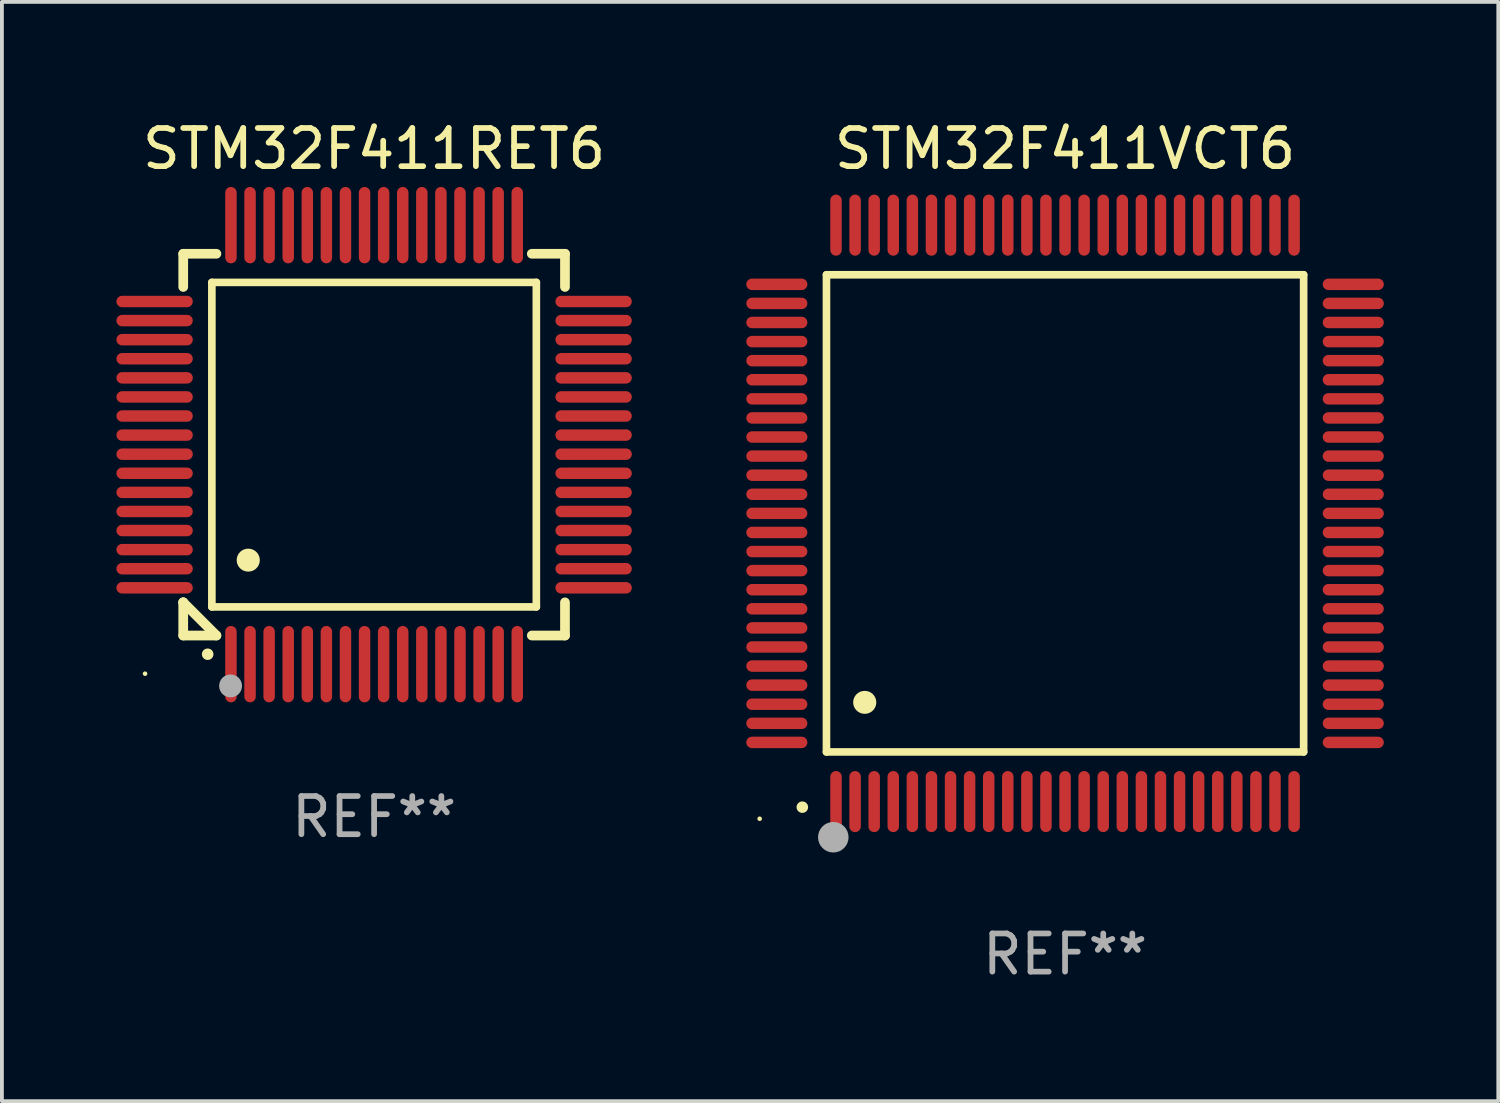
<source format=kicad_pcb>
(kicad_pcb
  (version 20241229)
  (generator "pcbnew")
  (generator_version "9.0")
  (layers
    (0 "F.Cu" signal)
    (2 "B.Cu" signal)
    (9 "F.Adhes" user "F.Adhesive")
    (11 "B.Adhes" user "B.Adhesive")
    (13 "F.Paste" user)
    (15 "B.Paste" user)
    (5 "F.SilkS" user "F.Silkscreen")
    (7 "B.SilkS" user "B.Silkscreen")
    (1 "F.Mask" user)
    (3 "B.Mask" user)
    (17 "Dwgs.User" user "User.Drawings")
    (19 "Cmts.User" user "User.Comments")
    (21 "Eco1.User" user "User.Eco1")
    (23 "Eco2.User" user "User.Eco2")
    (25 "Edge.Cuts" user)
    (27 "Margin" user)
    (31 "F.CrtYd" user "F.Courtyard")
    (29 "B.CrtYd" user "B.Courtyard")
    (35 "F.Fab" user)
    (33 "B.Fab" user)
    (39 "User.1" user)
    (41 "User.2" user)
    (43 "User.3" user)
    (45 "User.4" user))
  (footprint "STM32F411VCT6"
    (layer "F.Cu")
    (at 24.85 10.398)
    (property "Reference" "STM32F411VCT6" (at 0 -9.55 0) (layer "F.SilkS") (effects (font (size 1 1) (thickness 0.15))))
    (attr through_hole)
    (fp_line (start -6.25 -6.25) (end -6.25 6.25) (stroke (width 0.2) (type solid)) (layer "F.SilkS"))
    (fp_line (start -6.25 6.25) (end 6.25 6.25) (stroke (width 0.2) (type solid)) (layer "F.SilkS"))
    (fp_line (start 6.25 -6.25) (end -6.25 -6.25) (stroke (width 0.2) (type solid)) (layer "F.SilkS"))
    (fp_line (start 6.25 6.25) (end 6.25 -6.25) (stroke (width 0.2) (type solid)) (layer "F.SilkS"))
    (fp_arc (start -6.883414 7.696215) (mid -6.882144 7.69621) (end -6.880874 7.696215) (stroke (width 0.3) (type solid)) (layer "F.SilkS"))
    (fp_arc (start -5.250191 4.95047) (mid -5.247651 4.950459) (end -5.245111 4.95047) (stroke (width 0.6) (type solid)) (layer "F.SilkS"))
    (fp_circle (center -8 8) (end -7.97 8) (stroke (width 0.06) (type solid)) (fill no) (layer "F.SilkS"))
    (fp_circle (center -6.071 8.484) (end -5.871 8.484) (stroke (width 0.4) (type solid)) (fill no) (layer "F.Fab"))
    (fp_text user "REF**" (at 0 11.55 0) (layer "F.Fab") (effects (font (size 1 1) (thickness 0.15))))
    (pad "1" smd oval (at -6 7.55) (size 0.3 1.6) (layers "F.Cu" "F.Mask" "F.Paste"))
    (pad "2" smd oval (at -5.5 7.55) (size 0.3 1.6) (layers "F.Cu" "F.Mask" "F.Paste"))
    (pad "3" smd oval (at -5 7.55) (size 0.3 1.6) (layers "F.Cu" "F.Mask" "F.Paste"))
    (pad "4" smd oval (at -4.5 7.55) (size 0.3 1.6) (layers "F.Cu" "F.Mask" "F.Paste"))
    (pad "5" smd oval (at -4 7.55) (size 0.3 1.6) (layers "F.Cu" "F.Mask" "F.Paste"))
    (pad "6" smd oval (at -3.5 7.55) (size 0.3 1.6) (layers "F.Cu" "F.Mask" "F.Paste"))
    (pad "7" smd oval (at -3 7.55) (size 0.3 1.6) (layers "F.Cu" "F.Mask" "F.Paste"))
    (pad "8" smd oval (at -2.5 7.55) (size 0.3 1.6) (layers "F.Cu" "F.Mask" "F.Paste"))
    (pad "9" smd oval (at -2 7.55) (size 0.3 1.6) (layers "F.Cu" "F.Mask" "F.Paste"))
    (pad "10" smd oval (at -1.5 7.55) (size 0.3 1.6) (layers "F.Cu" "F.Mask" "F.Paste"))
    (pad "11" smd oval (at -1 7.55) (size 0.3 1.6) (layers "F.Cu" "F.Mask" "F.Paste"))
    (pad "12" smd oval (at -0.5 7.55) (size 0.3 1.6) (layers "F.Cu" "F.Mask" "F.Paste"))
    (pad "13" smd oval (at 0 7.55) (size 0.3 1.6) (layers "F.Cu" "F.Mask" "F.Paste"))
    (pad "14" smd oval (at 0.5 7.55) (size 0.3 1.6) (layers "F.Cu" "F.Mask" "F.Paste"))
    (pad "15" smd oval (at 1 7.55) (size 0.3 1.6) (layers "F.Cu" "F.Mask" "F.Paste"))
    (pad "16" smd oval (at 1.5 7.55) (size 0.3 1.6) (layers "F.Cu" "F.Mask" "F.Paste"))
    (pad "17" smd oval (at 2 7.55) (size 0.3 1.6) (layers "F.Cu" "F.Mask" "F.Paste"))
    (pad "18" smd oval (at 2.5 7.55) (size 0.3 1.6) (layers "F.Cu" "F.Mask" "F.Paste"))
    (pad "19" smd oval (at 3 7.55) (size 0.3 1.6) (layers "F.Cu" "F.Mask" "F.Paste"))
    (pad "20" smd oval (at 3.5 7.55) (size 0.3 1.6) (layers "F.Cu" "F.Mask" "F.Paste"))
    (pad "21" smd oval (at 4 7.55) (size 0.3 1.6) (layers "F.Cu" "F.Mask" "F.Paste"))
    (pad "22" smd oval (at 4.5 7.55) (size 0.3 1.6) (layers "F.Cu" "F.Mask" "F.Paste"))
    (pad "23" smd oval (at 5 7.55) (size 0.3 1.6) (layers "F.Cu" "F.Mask" "F.Paste"))
    (pad "24" smd oval (at 5.5 7.55) (size 0.3 1.6) (layers "F.Cu" "F.Mask" "F.Paste"))
    (pad "25" smd oval (at 6 7.55) (size 0.3 1.6) (layers "F.Cu" "F.Mask" "F.Paste"))
    (pad "26" smd oval (at 7.55 6) (size 1.6 0.3) (layers "F.Cu" "F.Mask" "F.Paste"))
    (pad "27" smd oval (at 7.55 5.5) (size 1.6 0.3) (layers "F.Cu" "F.Mask" "F.Paste"))
    (pad "28" smd oval (at 7.55 5) (size 1.6 0.3) (layers "F.Cu" "F.Mask" "F.Paste"))
    (pad "29" smd oval (at 7.55 4.5) (size 1.6 0.3) (layers "F.Cu" "F.Mask" "F.Paste"))
    (pad "30" smd oval (at 7.55 4) (size 1.6 0.3) (layers "F.Cu" "F.Mask" "F.Paste"))
    (pad "31" smd oval (at 7.55 3.5) (size 1.6 0.3) (layers "F.Cu" "F.Mask" "F.Paste"))
    (pad "32" smd oval (at 7.55 3) (size 1.6 0.3) (layers "F.Cu" "F.Mask" "F.Paste"))
    (pad "33" smd oval (at 7.55 2.5) (size 1.6 0.3) (layers "F.Cu" "F.Mask" "F.Paste"))
    (pad "34" smd oval (at 7.55 2) (size 1.6 0.3) (layers "F.Cu" "F.Mask" "F.Paste"))
    (pad "35" smd oval (at 7.55 1.5) (size 1.6 0.3) (layers "F.Cu" "F.Mask" "F.Paste"))
    (pad "36" smd oval (at 7.55 1) (size 1.6 0.3) (layers "F.Cu" "F.Mask" "F.Paste"))
    (pad "37" smd oval (at 7.55 0.5) (size 1.6 0.3) (layers "F.Cu" "F.Mask" "F.Paste"))
    (pad "38" smd oval (at 7.55 0) (size 1.6 0.3) (layers "F.Cu" "F.Mask" "F.Paste"))
    (pad "39" smd oval (at 7.55 -0.5) (size 1.6 0.3) (layers "F.Cu" "F.Mask" "F.Paste"))
    (pad "40" smd oval (at 7.55 -1) (size 1.6 0.3) (layers "F.Cu" "F.Mask" "F.Paste"))
    (pad "41" smd oval (at 7.55 -1.5) (size 1.6 0.3) (layers "F.Cu" "F.Mask" "F.Paste"))
    (pad "42" smd oval (at 7.55 -2) (size 1.6 0.3) (layers "F.Cu" "F.Mask" "F.Paste"))
    (pad "43" smd oval (at 7.55 -2.5) (size 1.6 0.3) (layers "F.Cu" "F.Mask" "F.Paste"))
    (pad "44" smd oval (at 7.55 -3) (size 1.6 0.3) (layers "F.Cu" "F.Mask" "F.Paste"))
    (pad "45" smd oval (at 7.55 -3.5) (size 1.6 0.3) (layers "F.Cu" "F.Mask" "F.Paste"))
    (pad "46" smd oval (at 7.55 -4) (size 1.6 0.3) (layers "F.Cu" "F.Mask" "F.Paste"))
    (pad "47" smd oval (at 7.55 -4.5) (size 1.6 0.3) (layers "F.Cu" "F.Mask" "F.Paste"))
    (pad "48" smd oval (at 7.55 -5) (size 1.6 0.3) (layers "F.Cu" "F.Mask" "F.Paste"))
    (pad "49" smd oval (at 7.55 -5.5) (size 1.6 0.3) (layers "F.Cu" "F.Mask" "F.Paste"))
    (pad "50" smd oval (at 7.55 -6) (size 1.6 0.3) (layers "F.Cu" "F.Mask" "F.Paste"))
    (pad "51" smd oval (at 6 -7.55) (size 0.3 1.6) (layers "F.Cu" "F.Mask" "F.Paste"))
    (pad "52" smd oval (at 5.5 -7.55) (size 0.3 1.6) (layers "F.Cu" "F.Mask" "F.Paste"))
    (pad "53" smd oval (at 5 -7.55) (size 0.3 1.6) (layers "F.Cu" "F.Mask" "F.Paste"))
    (pad "54" smd oval (at 4.5 -7.55) (size 0.3 1.6) (layers "F.Cu" "F.Mask" "F.Paste"))
    (pad "55" smd oval (at 4 -7.55) (size 0.3 1.6) (layers "F.Cu" "F.Mask" "F.Paste"))
    (pad "56" smd oval (at 3.5 -7.55) (size 0.3 1.6) (layers "F.Cu" "F.Mask" "F.Paste"))
    (pad "57" smd oval (at 3 -7.55) (size 0.3 1.6) (layers "F.Cu" "F.Mask" "F.Paste"))
    (pad "58" smd oval (at 2.5 -7.55) (size 0.3 1.6) (layers "F.Cu" "F.Mask" "F.Paste"))
    (pad "59" smd oval (at 2 -7.55) (size 0.3 1.6) (layers "F.Cu" "F.Mask" "F.Paste"))
    (pad "60" smd oval (at 1.5 -7.55) (size 0.3 1.6) (layers "F.Cu" "F.Mask" "F.Paste"))
    (pad "61" smd oval (at 1 -7.55) (size 0.3 1.6) (layers "F.Cu" "F.Mask" "F.Paste"))
    (pad "62" smd oval (at 0.5 -7.55) (size 0.3 1.6) (layers "F.Cu" "F.Mask" "F.Paste"))
    (pad "63" smd oval (at 0 -7.55) (size 0.3 1.6) (layers "F.Cu" "F.Mask" "F.Paste"))
    (pad "64" smd oval (at -0.5 -7.55) (size 0.3 1.6) (layers "F.Cu" "F.Mask" "F.Paste"))
    (pad "65" smd oval (at -1 -7.55) (size 0.3 1.6) (layers "F.Cu" "F.Mask" "F.Paste"))
    (pad "66" smd oval (at -1.5 -7.55) (size 0.3 1.6) (layers "F.Cu" "F.Mask" "F.Paste"))
    (pad "67" smd oval (at -2 -7.55) (size 0.3 1.6) (layers "F.Cu" "F.Mask" "F.Paste"))
    (pad "68" smd oval (at -2.5 -7.55) (size 0.3 1.6) (layers "F.Cu" "F.Mask" "F.Paste"))
    (pad "69" smd oval (at -3 -7.55) (size 0.3 1.6) (layers "F.Cu" "F.Mask" "F.Paste"))
    (pad "70" smd oval (at -3.5 -7.55) (size 0.3 1.6) (layers "F.Cu" "F.Mask" "F.Paste"))
    (pad "71" smd oval (at -4 -7.55) (size 0.3 1.6) (layers "F.Cu" "F.Mask" "F.Paste"))
    (pad "72" smd oval (at -4.5 -7.55) (size 0.3 1.6) (layers "F.Cu" "F.Mask" "F.Paste"))
    (pad "73" smd oval (at -5 -7.55) (size 0.3 1.6) (layers "F.Cu" "F.Mask" "F.Paste"))
    (pad "74" smd oval (at -5.5 -7.55) (size 0.3 1.6) (layers "F.Cu" "F.Mask" "F.Paste"))
    (pad "75" smd oval (at -6 -7.55) (size 0.3 1.6) (layers "F.Cu" "F.Mask" "F.Paste"))
    (pad "76" smd oval (at -7.55 -6) (size 1.6 0.3) (layers "F.Cu" "F.Mask" "F.Paste"))
    (pad "77" smd oval (at -7.55 -5.5) (size 1.6 0.3) (layers "F.Cu" "F.Mask" "F.Paste"))
    (pad "78" smd oval (at -7.55 -5) (size 1.6 0.3) (layers "F.Cu" "F.Mask" "F.Paste"))
    (pad "79" smd oval (at -7.55 -4.5) (size 1.6 0.3) (layers "F.Cu" "F.Mask" "F.Paste"))
    (pad "80" smd oval (at -7.55 -4) (size 1.6 0.3) (layers "F.Cu" "F.Mask" "F.Paste"))
    (pad "81" smd oval (at -7.55 -3.5) (size 1.6 0.3) (layers "F.Cu" "F.Mask" "F.Paste"))
    (pad "82" smd oval (at -7.55 -3) (size 1.6 0.3) (layers "F.Cu" "F.Mask" "F.Paste"))
    (pad "83" smd oval (at -7.55 -2.5) (size 1.6 0.3) (layers "F.Cu" "F.Mask" "F.Paste"))
    (pad "84" smd oval (at -7.55 -2) (size 1.6 0.3) (layers "F.Cu" "F.Mask" "F.Paste"))
    (pad "85" smd oval (at -7.55 -1.5) (size 1.6 0.3) (layers "F.Cu" "F.Mask" "F.Paste"))
    (pad "86" smd oval (at -7.55 -1) (size 1.6 0.3) (layers "F.Cu" "F.Mask" "F.Paste"))
    (pad "87" smd oval (at -7.55 -0.5) (size 1.6 0.3) (layers "F.Cu" "F.Mask" "F.Paste"))
    (pad "88" smd oval (at -7.55 0) (size 1.6 0.3) (layers "F.Cu" "F.Mask" "F.Paste"))
    (pad "89" smd oval (at -7.55 0.5) (size 1.6 0.3) (layers "F.Cu" "F.Mask" "F.Paste"))
    (pad "90" smd oval (at -7.55 1) (size 1.6 0.3) (layers "F.Cu" "F.Mask" "F.Paste"))
    (pad "91" smd oval (at -7.55 1.5) (size 1.6 0.3) (layers "F.Cu" "F.Mask" "F.Paste"))
    (pad "92" smd oval (at -7.55 2) (size 1.6 0.3) (layers "F.Cu" "F.Mask" "F.Paste"))
    (pad "93" smd oval (at -7.55 2.5) (size 1.6 0.3) (layers "F.Cu" "F.Mask" "F.Paste"))
    (pad "94" smd oval (at -7.55 3) (size 1.6 0.3) (layers "F.Cu" "F.Mask" "F.Paste"))
    (pad "95" smd oval (at -7.55 3.5) (size 1.6 0.3) (layers "F.Cu" "F.Mask" "F.Paste"))
    (pad "96" smd oval (at -7.55 4) (size 1.6 0.3) (layers "F.Cu" "F.Mask" "F.Paste"))
    (pad "97" smd oval (at -7.55 4.5) (size 1.6 0.3) (layers "F.Cu" "F.Mask" "F.Paste"))
    (pad "98" smd oval (at -7.55 5) (size 1.6 0.3) (layers "F.Cu" "F.Mask" "F.Paste"))
    (pad "99" smd oval (at -7.55 5.5) (size 1.6 0.3) (layers "F.Cu" "F.Mask" "F.Paste"))
    (pad "100" smd oval (at -7.55 6) (size 1.6 0.3) (layers "F.Cu" "F.Mask" "F.Paste")))
  (footprint "STM32F411RET6"
    (layer "F.Cu")
    (at 6.75 8.598)
    (property "Reference" "STM32F411RET6" (at 0 -7.75 0) (layer "F.SilkS") (effects (font (size 1 1) (thickness 0.15))))
    (attr through_hole)
    (fp_line (start -5 -5) (end -4.131 -5) (stroke (width 0.254) (type solid)) (layer "F.SilkS"))
    (fp_line (start -5 -4.131) (end -5 -5) (stroke (width 0.254) (type solid)) (layer "F.SilkS"))
    (fp_line (start -5 4.131) (end -5 4.131) (stroke (width 0.254) (type solid)) (layer "F.SilkS"))
    (fp_line (start -5 5) (end -5 4.131) (stroke (width 0.254) (type solid)) (layer "F.SilkS"))
    (fp_line (start -5 4.131) (end -4.131 5) (stroke (width 0.254) (type solid)) (layer "F.SilkS"))
    (fp_line (start -4.25 -4.25) (end -4.25 4.25) (stroke (width 0.2) (type solid)) (layer "F.SilkS"))
    (fp_line (start -4.25 4.25) (end 4.25 4.25) (stroke (width 0.2) (type solid)) (layer "F.SilkS"))
    (fp_line (start -4.131 5) (end -5 5) (stroke (width 0.254) (type solid)) (layer "F.SilkS"))
    (fp_line (start 4.25 -4.25) (end -4.25 -4.25) (stroke (width 0.2) (type solid)) (layer "F.SilkS"))
    (fp_line (start 4.25 4.25) (end 4.25 -4.25) (stroke (width 0.2) (type solid)) (layer "F.SilkS"))
    (fp_line (start 5 -5) (end 4.131 -5) (stroke (width 0.254) (type solid)) (layer "F.SilkS"))
    (fp_line (start 5 -5) (end 5 -4.131) (stroke (width 0.254) (type solid)) (layer "F.SilkS"))
    (fp_line (start 5 4.131) (end 5 5) (stroke (width 0.254) (type solid)) (layer "F.SilkS"))
    (fp_line (start 5 5) (end 4.131 5) (stroke (width 0.254) (type solid)) (layer "F.SilkS"))
    (fp_arc (start -4.361265 5.489992) (mid -4.359995 5.489987) (end -4.358725 5.489992) (stroke (width 0.3) (type solid)) (layer "F.SilkS"))
    (fp_arc (start -3.299467 3.025146) (mid -3.296927 3.025135) (end -3.294387 3.025146) (stroke (width 0.6) (type solid)) (layer "F.SilkS"))
    (fp_circle (center -6 6) (end -5.97 6) (stroke (width 0.06) (type solid)) (fill no) (layer "F.SilkS"))
    (fp_circle (center -3.76 6.32) (end -3.61 6.32) (stroke (width 0.3) (type solid)) (fill no) (layer "F.Fab"))
    (fp_text user "REF**" (at 0 9.75 0) (layer "F.Fab") (effects (font (size 1 1) (thickness 0.15))))
    (pad "1" smd oval (at -3.75 5.75) (size 0.3 2) (layers "F.Cu" "F.Mask" "F.Paste"))
    (pad "2" smd oval (at -3.25 5.75) (size 0.3 2) (layers "F.Cu" "F.Mask" "F.Paste"))
    (pad "3" smd oval (at -2.75 5.75) (size 0.3 2) (layers "F.Cu" "F.Mask" "F.Paste"))
    (pad "4" smd oval (at -2.25 5.75) (size 0.3 2) (layers "F.Cu" "F.Mask" "F.Paste"))
    (pad "5" smd oval (at -1.75 5.75) (size 0.3 2) (layers "F.Cu" "F.Mask" "F.Paste"))
    (pad "6" smd oval (at -1.25 5.75) (size 0.3 2) (layers "F.Cu" "F.Mask" "F.Paste"))
    (pad "7" smd oval (at -0.75 5.75) (size 0.3 2) (layers "F.Cu" "F.Mask" "F.Paste"))
    (pad "8" smd oval (at -0.25 5.75) (size 0.3 2) (layers "F.Cu" "F.Mask" "F.Paste"))
    (pad "9" smd oval (at 0.25 5.75) (size 0.3 2) (layers "F.Cu" "F.Mask" "F.Paste"))
    (pad "10" smd oval (at 0.75 5.75) (size 0.3 2) (layers "F.Cu" "F.Mask" "F.Paste"))
    (pad "11" smd oval (at 1.25 5.75) (size 0.3 2) (layers "F.Cu" "F.Mask" "F.Paste"))
    (pad "12" smd oval (at 1.75 5.75) (size 0.3 2) (layers "F.Cu" "F.Mask" "F.Paste"))
    (pad "13" smd oval (at 2.25 5.75) (size 0.3 2) (layers "F.Cu" "F.Mask" "F.Paste"))
    (pad "14" smd oval (at 2.75 5.75) (size 0.3 2) (layers "F.Cu" "F.Mask" "F.Paste"))
    (pad "15" smd oval (at 3.25 5.75) (size 0.3 2) (layers "F.Cu" "F.Mask" "F.Paste"))
    (pad "16" smd oval (at 3.75 5.75) (size 0.3 2) (layers "F.Cu" "F.Mask" "F.Paste"))
    (pad "17" smd oval (at 5.75 3.75) (size 2 0.3) (layers "F.Cu" "F.Mask" "F.Paste"))
    (pad "18" smd oval (at 5.75 3.25) (size 2 0.3) (layers "F.Cu" "F.Mask" "F.Paste"))
    (pad "19" smd oval (at 5.75 2.75) (size 2 0.3) (layers "F.Cu" "F.Mask" "F.Paste"))
    (pad "20" smd oval (at 5.75 2.25) (size 2 0.3) (layers "F.Cu" "F.Mask" "F.Paste"))
    (pad "21" smd oval (at 5.75 1.75) (size 2 0.3) (layers "F.Cu" "F.Mask" "F.Paste"))
    (pad "22" smd oval (at 5.75 1.25) (size 2 0.3) (layers "F.Cu" "F.Mask" "F.Paste"))
    (pad "23" smd oval (at 5.75 0.75) (size 2 0.3) (layers "F.Cu" "F.Mask" "F.Paste"))
    (pad "24" smd oval (at 5.75 0.25) (size 2 0.3) (layers "F.Cu" "F.Mask" "F.Paste"))
    (pad "25" smd oval (at 5.75 -0.25) (size 2 0.3) (layers "F.Cu" "F.Mask" "F.Paste"))
    (pad "26" smd oval (at 5.75 -0.75) (size 2 0.3) (layers "F.Cu" "F.Mask" "F.Paste"))
    (pad "27" smd oval (at 5.75 -1.25) (size 2 0.3) (layers "F.Cu" "F.Mask" "F.Paste"))
    (pad "28" smd oval (at 5.75 -1.75) (size 2 0.3) (layers "F.Cu" "F.Mask" "F.Paste"))
    (pad "29" smd oval (at 5.75 -2.25) (size 2 0.3) (layers "F.Cu" "F.Mask" "F.Paste"))
    (pad "30" smd oval (at 5.75 -2.75) (size 2 0.3) (layers "F.Cu" "F.Mask" "F.Paste"))
    (pad "31" smd oval (at 5.75 -3.25) (size 2 0.3) (layers "F.Cu" "F.Mask" "F.Paste"))
    (pad "32" smd oval (at 5.75 -3.75) (size 2 0.3) (layers "F.Cu" "F.Mask" "F.Paste"))
    (pad "33" smd oval (at 3.75 -5.75) (size 0.3 2) (layers "F.Cu" "F.Mask" "F.Paste"))
    (pad "34" smd oval (at 3.25 -5.75) (size 0.3 2) (layers "F.Cu" "F.Mask" "F.Paste"))
    (pad "35" smd oval (at 2.75 -5.75) (size 0.3 2) (layers "F.Cu" "F.Mask" "F.Paste"))
    (pad "36" smd oval (at 2.25 -5.75) (size 0.3 2) (layers "F.Cu" "F.Mask" "F.Paste"))
    (pad "37" smd oval (at 1.75 -5.75) (size 0.3 2) (layers "F.Cu" "F.Mask" "F.Paste"))
    (pad "38" smd oval (at 1.25 -5.75) (size 0.3 2) (layers "F.Cu" "F.Mask" "F.Paste"))
    (pad "39" smd oval (at 0.75 -5.75) (size 0.3 2) (layers "F.Cu" "F.Mask" "F.Paste"))
    (pad "40" smd oval (at 0.25 -5.75) (size 0.3 2) (layers "F.Cu" "F.Mask" "F.Paste"))
    (pad "41" smd oval (at -0.25 -5.75) (size 0.3 2) (layers "F.Cu" "F.Mask" "F.Paste"))
    (pad "42" smd oval (at -0.75 -5.75) (size 0.3 2) (layers "F.Cu" "F.Mask" "F.Paste"))
    (pad "43" smd oval (at -1.25 -5.75) (size 0.3 2) (layers "F.Cu" "F.Mask" "F.Paste"))
    (pad "44" smd oval (at -1.75 -5.75) (size 0.3 2) (layers "F.Cu" "F.Mask" "F.Paste"))
    (pad "45" smd oval (at -2.25 -5.75) (size 0.3 2) (layers "F.Cu" "F.Mask" "F.Paste"))
    (pad "46" smd oval (at -2.75 -5.75) (size 0.3 2) (layers "F.Cu" "F.Mask" "F.Paste"))
    (pad "47" smd oval (at -3.25 -5.75) (size 0.3 2) (layers "F.Cu" "F.Mask" "F.Paste"))
    (pad "48" smd oval (at -3.75 -5.75) (size 0.3 2) (layers "F.Cu" "F.Mask" "F.Paste"))
    (pad "49" smd oval (at -5.75 -3.75) (size 2 0.3) (layers "F.Cu" "F.Mask" "F.Paste"))
    (pad "50" smd oval (at -5.75 -3.25) (size 2 0.3) (layers "F.Cu" "F.Mask" "F.Paste"))
    (pad "51" smd oval (at -5.75 -2.75) (size 2 0.3) (layers "F.Cu" "F.Mask" "F.Paste"))
    (pad "52" smd oval (at -5.75 -2.25) (size 2 0.3) (layers "F.Cu" "F.Mask" "F.Paste"))
    (pad "53" smd oval (at -5.75 -1.75) (size 2 0.3) (layers "F.Cu" "F.Mask" "F.Paste"))
    (pad "54" smd oval (at -5.75 -1.25) (size 2 0.3) (layers "F.Cu" "F.Mask" "F.Paste"))
    (pad "55" smd oval (at -5.75 -0.75) (size 2 0.3) (layers "F.Cu" "F.Mask" "F.Paste"))
    (pad "56" smd oval (at -5.75 -0.25) (size 2 0.3) (layers "F.Cu" "F.Mask" "F.Paste"))
    (pad "57" smd oval (at -5.75 0.25) (size 2 0.3) (layers "F.Cu" "F.Mask" "F.Paste"))
    (pad "58" smd oval (at -5.75 0.75) (size 2 0.3) (layers "F.Cu" "F.Mask" "F.Paste"))
    (pad "59" smd oval (at -5.75 1.25) (size 2 0.3) (layers "F.Cu" "F.Mask" "F.Paste"))
    (pad "60" smd oval (at -5.75 1.75) (size 2 0.3) (layers "F.Cu" "F.Mask" "F.Paste"))
    (pad "61" smd oval (at -5.75 2.25) (size 2 0.3) (layers "F.Cu" "F.Mask" "F.Paste"))
    (pad "62" smd oval (at -5.75 2.75) (size 2 0.3) (layers "F.Cu" "F.Mask" "F.Paste"))
    (pad "63" smd oval (at -5.75 3.25) (size 2 0.3) (layers "F.Cu" "F.Mask" "F.Paste"))
    (pad "64" smd oval (at -5.75 3.75) (size 2 0.3) (layers "F.Cu" "F.Mask" "F.Paste")))
  (gr_rect
    (start -3 -3)
    (end 36.199 25.796)
    (stroke (width 0.1) (type default))
    (fill no)
    (layer "Edge.Cuts")))
</source>
